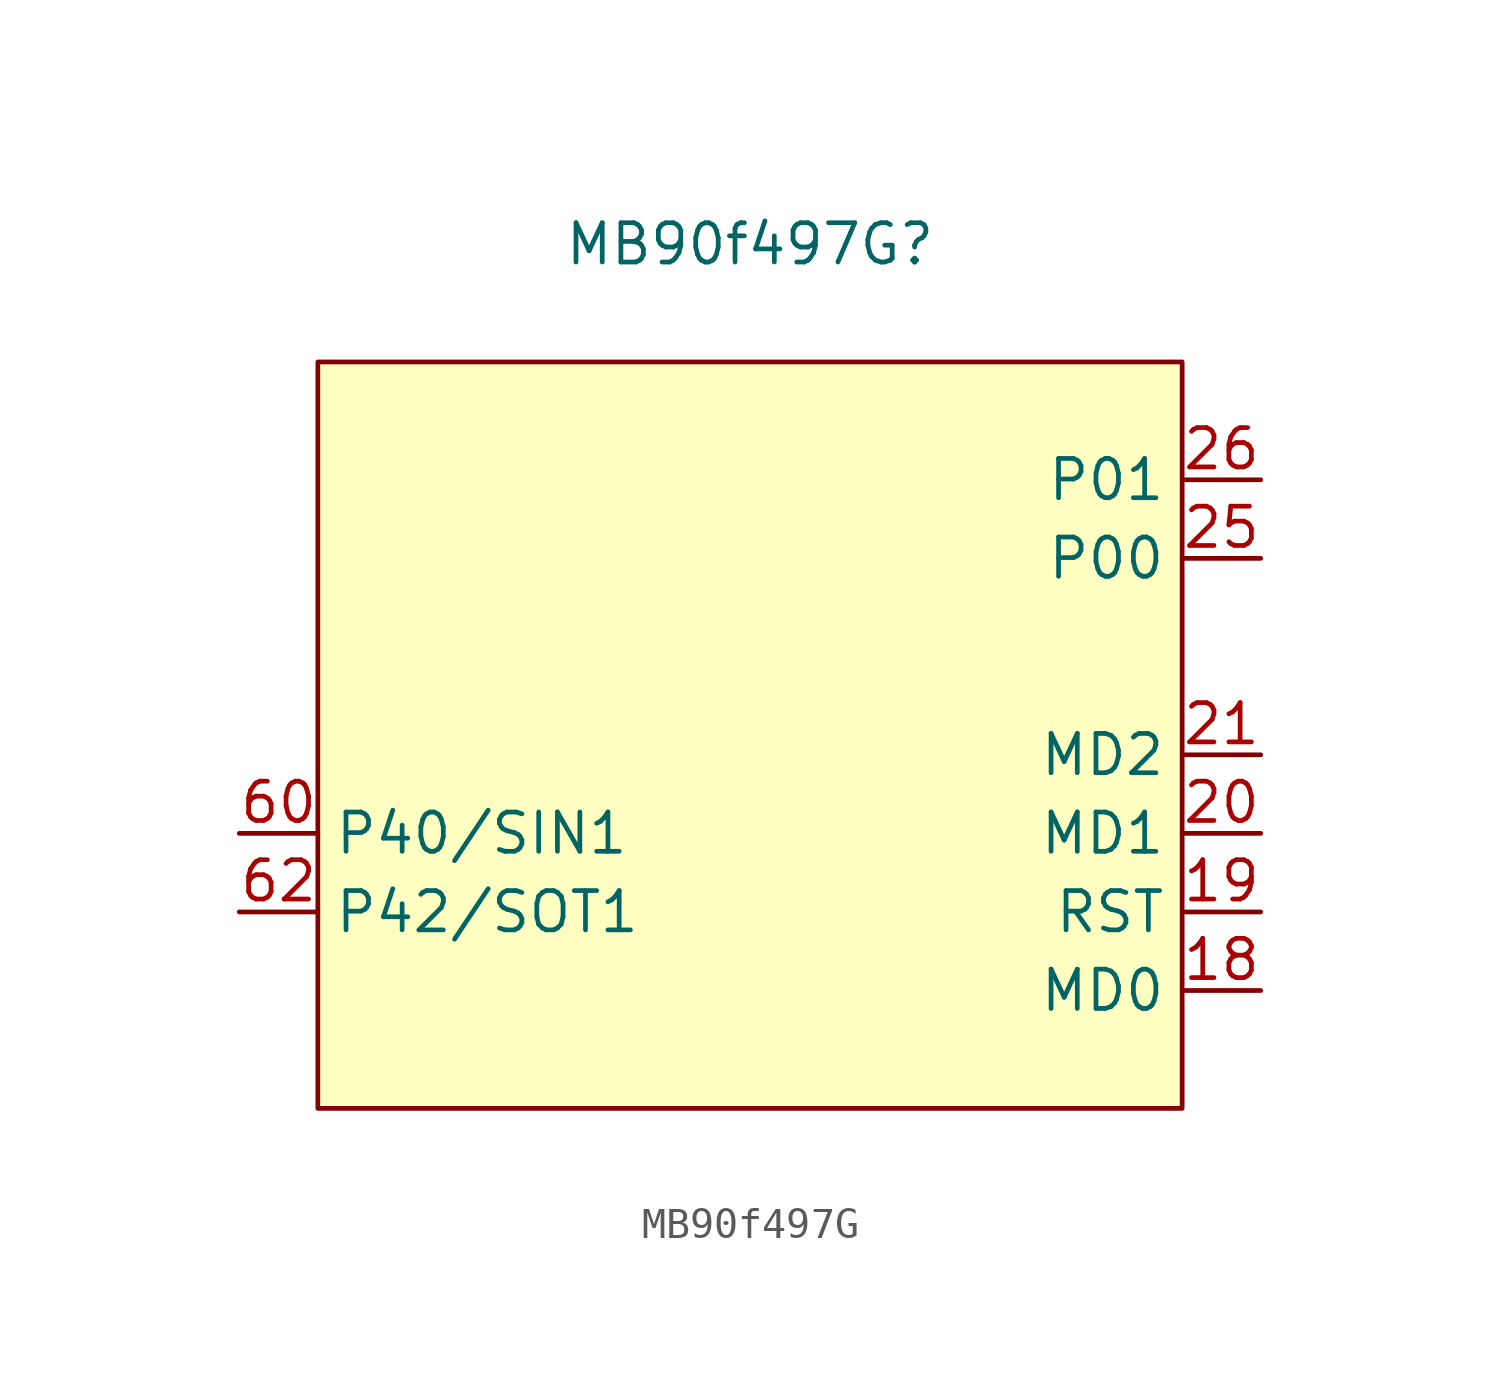
<source format=kicad_sym>
(kicad_symbol_lib
  (version 20220914)
  (generator kicad_symbol_editor)
  (symbol "MB90f497G"
    (property "Reference" "MB90f497G"
      (at 0 15.24 0)
      (effects (font (size 1.27 1.27))))
    (property "Value" ""
      (at 0 0 0)
      (effects (font (size 1.27 1.27))))
    (symbol "MB90f497G_1_1"
      (rectangle (start -13.97 11.43) (end 13.97 -12.7) (stroke (width 0) (type default)) (fill (type background)))
      (pin input line (at 16.51 -8.89 180) (length 2.54) (name "MD0" (effects (font (size 1.27 1.27)))) (number "18" (effects (font (size 1.27 1.27)))))
      (pin input line (at 16.51 -6.35 180) (length 2.54) (name "RST" (effects (font (size 1.27 1.27)))) (number "19" (effects (font (size 1.27 1.27)))))
      (pin input line (at 16.51 -3.81 180) (length 2.54) (name "MD1" (effects (font (size 1.27 1.27)))) (number "20" (effects (font (size 1.27 1.27)))))
      (pin input line (at 16.51 -1.27 180) (length 2.54) (name "MD2" (effects (font (size 1.27 1.27)))) (number "21" (effects (font (size 1.27 1.27)))))
      (pin input line (at 16.51 5.08 180) (length 2.54) (name "P00" (effects (font (size 1.27 1.27)))) (number "25" (effects (font (size 1.27 1.27)))))
      (pin input line (at 16.51 7.62 180) (length 2.54) (name "P01" (effects (font (size 1.27 1.27)))) (number "26" (effects (font (size 1.27 1.27)))))
      (pin input line (at -16.51 -3.81 0) (length 2.54) (name "P40/SIN1" (effects (font (size 1.27 1.27)))) (number "60" (effects (font (size 1.27 1.27)))))
      (pin input line (at -16.51 -6.35 0) (length 2.54) (name "P42/SOT1" (effects (font (size 1.27 1.27)))) (number "62" (effects (font (size 1.27 1.27))))))))
</source>
